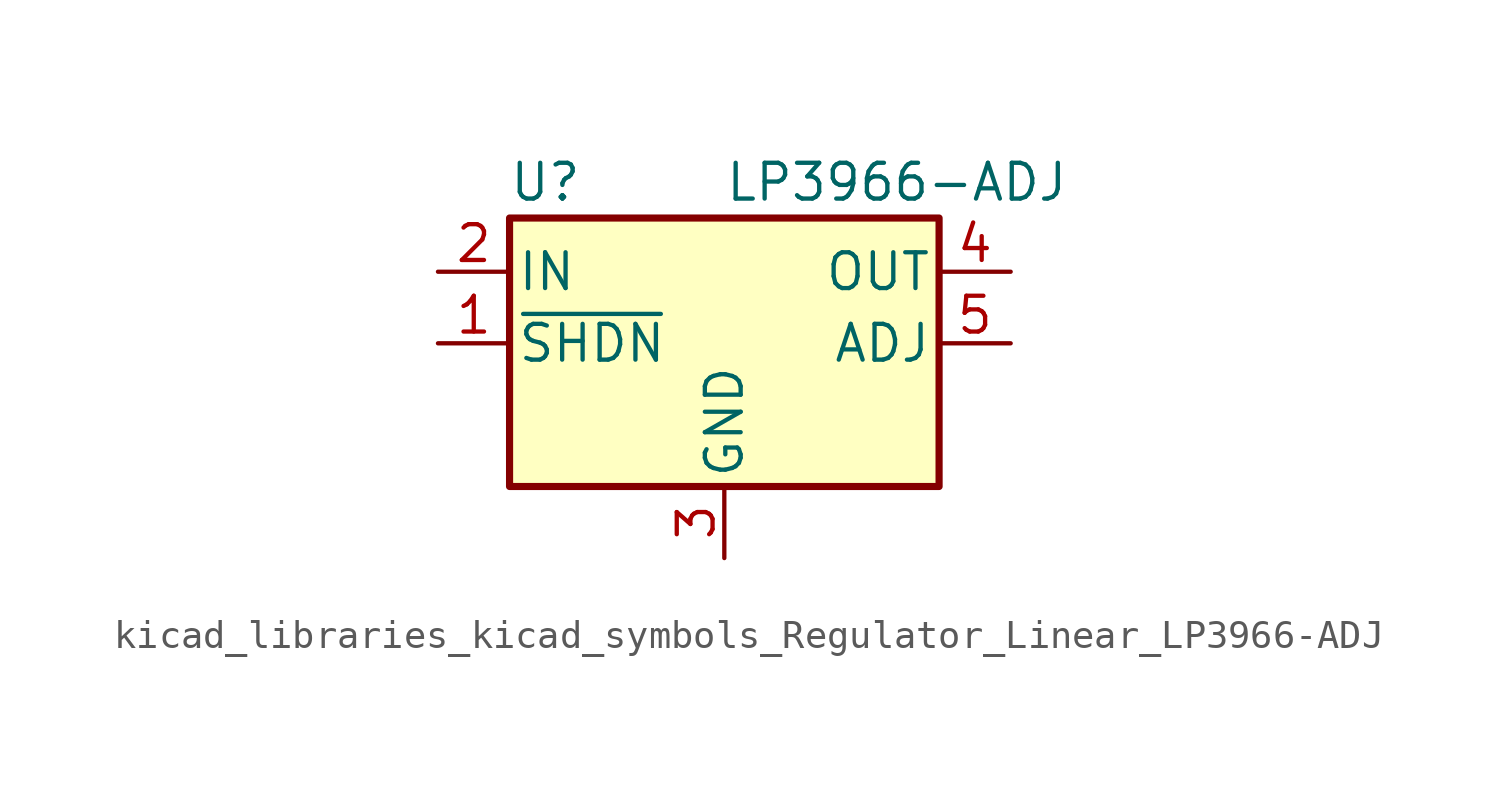
<source format=kicad_sym>
(kicad_symbol_lib
  (version 20220914)
  (generator kicad_symbol_editor)
  (symbol "kicad_libraries_kicad_symbols_Regulator_Linear_LP3966-ADJ"
    (pin_names
      (offset 0.254))
    (property "Reference" "U"
      (at -6.35 5.715 0)
      (effects (font (size 1.27 1.27))))
    (property "Value" "LP3966-ADJ"
      (at 0 5.715 0)
      (effects (font (size 1.27 1.27)) (justify left)))
    (symbol "kicad_libraries_kicad_symbols_Regulator_Linear_LP3966-ADJ_0_1"
      (rectangle (start -7.62 -5.08) (end 7.62 4.445) (stroke (width 0.254) (type default)) (fill (type background))))
    (symbol "kicad_libraries_kicad_symbols_Regulator_Linear_LP3966-ADJ_1_1"
      (pin input line (at -10.16 0 0) (length 2.54) (name "~{SHDN}" (effects (font (size 1.27 1.27)))) (number "1" (effects (font (size 1.27 1.27)))))
      (pin power_in line (at -10.16 2.54 0) (length 2.54) (name "IN" (effects (font (size 1.27 1.27)))) (number "2" (effects (font (size 1.27 1.27)))))
      (pin power_in line (at 0 -7.62 90) (length 2.54) (name "GND" (effects (font (size 1.27 1.27)))) (number "3" (effects (font (size 1.27 1.27)))))
      (pin power_out line (at 10.16 2.54 180) (length 2.54) (name "OUT" (effects (font (size 1.27 1.27)))) (number "4" (effects (font (size 1.27 1.27)))))
      (pin input line (at 10.16 0 180) (length 2.54) (name "ADJ" (effects (font (size 1.27 1.27)))) (number "5" (effects (font (size 1.27 1.27))))))))
</source>
